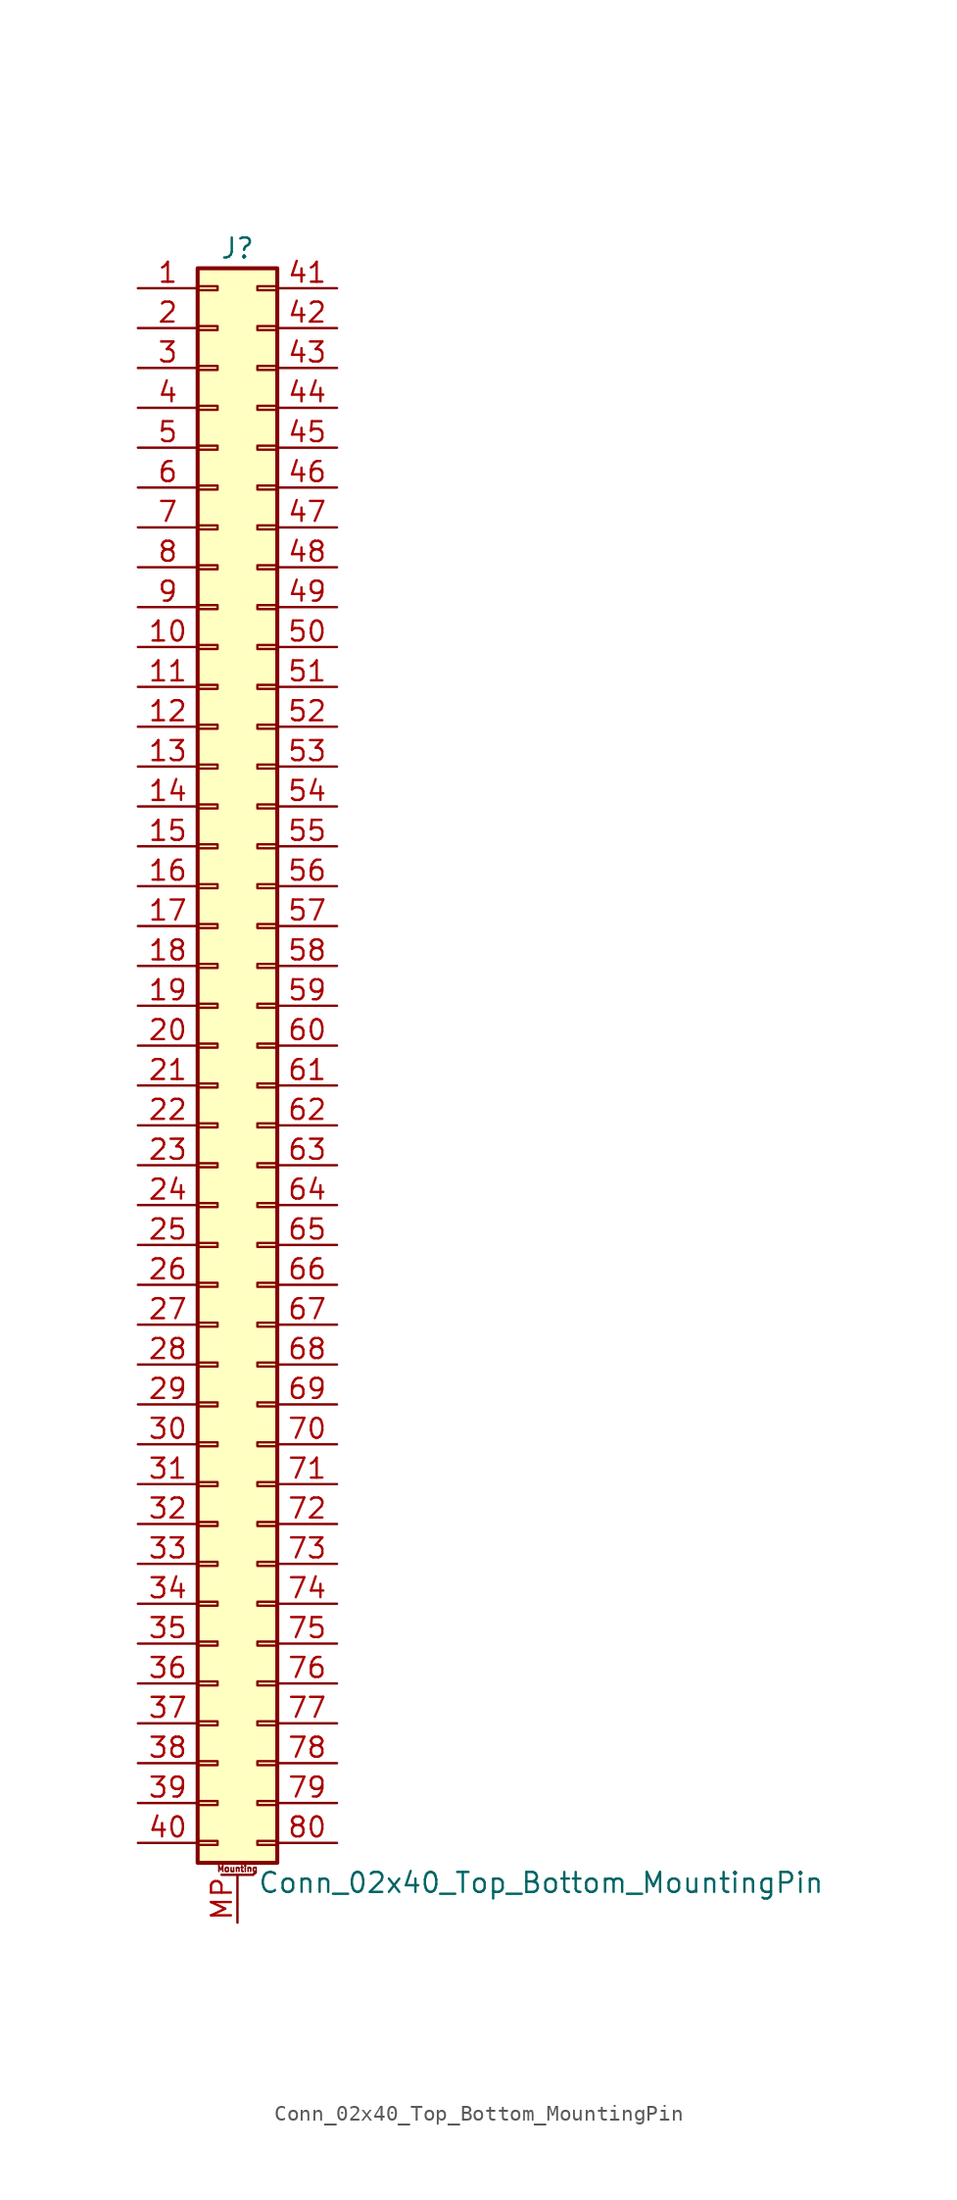
<source format=kicad_sym>
(kicad_symbol_lib
  (version 20220914)
  (generator kicad_symbol_editor)
  (symbol "Conn_02x40_Top_Bottom_MountingPin"
    (pin_names
      (offset 1.016) hide)
    (property "Reference" "J"
      (at 1.27 50.8 0)
      (effects (font (size 1.27 1.27))))
    (property "Value" "Conn_02x40_Top_Bottom_MountingPin"
      (at 2.54 -53.34 0)
      (effects (font (size 1.27 1.27)) (justify left)))
    (symbol "Conn_02x40_Top_Bottom_MountingPin_1_1"
      (rectangle (start -1.27 -50.673) (end 0 -50.927) (stroke (width 0.152) (type default)) (fill (type none)))
      (rectangle (start -1.27 -48.133) (end 0 -48.387) (stroke (width 0.152) (type default)) (fill (type none)))
      (rectangle (start -1.27 -45.593) (end 0 -45.847) (stroke (width 0.152) (type default)) (fill (type none)))
      (rectangle (start -1.27 -43.053) (end 0 -43.307) (stroke (width 0.152) (type default)) (fill (type none)))
      (rectangle (start -1.27 -40.513) (end 0 -40.767) (stroke (width 0.152) (type default)) (fill (type none)))
      (rectangle (start -1.27 -37.973) (end 0 -38.227) (stroke (width 0.152) (type default)) (fill (type none)))
      (rectangle (start -1.27 -35.433) (end 0 -35.687) (stroke (width 0.152) (type default)) (fill (type none)))
      (rectangle (start -1.27 -32.893) (end 0 -33.147) (stroke (width 0.152) (type default)) (fill (type none)))
      (rectangle (start -1.27 -30.353) (end 0 -30.607) (stroke (width 0.152) (type default)) (fill (type none)))
      (rectangle (start -1.27 -27.813) (end 0 -28.067) (stroke (width 0.152) (type default)) (fill (type none)))
      (rectangle (start -1.27 -25.273) (end 0 -25.527) (stroke (width 0.152) (type default)) (fill (type none)))
      (rectangle (start -1.27 -22.733) (end 0 -22.987) (stroke (width 0.152) (type default)) (fill (type none)))
      (rectangle (start -1.27 -20.193) (end 0 -20.447) (stroke (width 0.152) (type default)) (fill (type none)))
      (rectangle (start -1.27 -17.653) (end 0 -17.907) (stroke (width 0.152) (type default)) (fill (type none)))
      (rectangle (start -1.27 -15.113) (end 0 -15.367) (stroke (width 0.152) (type default)) (fill (type none)))
      (rectangle (start -1.27 -12.573) (end 0 -12.827) (stroke (width 0.152) (type default)) (fill (type none)))
      (rectangle (start -1.27 -10.033) (end 0 -10.287) (stroke (width 0.152) (type default)) (fill (type none)))
      (rectangle (start -1.27 -7.493) (end 0 -7.747) (stroke (width 0.152) (type default)) (fill (type none)))
      (rectangle (start -1.27 -4.953) (end 0 -5.207) (stroke (width 0.152) (type default)) (fill (type none)))
      (rectangle (start -1.27 -2.413) (end 0 -2.667) (stroke (width 0.152) (type default)) (fill (type none)))
      (rectangle (start -1.27 0.127) (end 0 -0.127) (stroke (width 0.152) (type default)) (fill (type none)))
      (rectangle (start -1.27 2.667) (end 0 2.413) (stroke (width 0.152) (type default)) (fill (type none)))
      (rectangle (start -1.27 5.207) (end 0 4.953) (stroke (width 0.152) (type default)) (fill (type none)))
      (rectangle (start -1.27 7.747) (end 0 7.493) (stroke (width 0.152) (type default)) (fill (type none)))
      (rectangle (start -1.27 10.287) (end 0 10.033) (stroke (width 0.152) (type default)) (fill (type none)))
      (rectangle (start -1.27 12.827) (end 0 12.573) (stroke (width 0.152) (type default)) (fill (type none)))
      (rectangle (start -1.27 15.367) (end 0 15.113) (stroke (width 0.152) (type default)) (fill (type none)))
      (rectangle (start -1.27 17.907) (end 0 17.653) (stroke (width 0.152) (type default)) (fill (type none)))
      (rectangle (start -1.27 20.447) (end 0 20.193) (stroke (width 0.152) (type default)) (fill (type none)))
      (rectangle (start -1.27 22.987) (end 0 22.733) (stroke (width 0.152) (type default)) (fill (type none)))
      (rectangle (start -1.27 25.527) (end 0 25.273) (stroke (width 0.152) (type default)) (fill (type none)))
      (rectangle (start -1.27 28.067) (end 0 27.813) (stroke (width 0.152) (type default)) (fill (type none)))
      (rectangle (start -1.27 30.607) (end 0 30.353) (stroke (width 0.152) (type default)) (fill (type none)))
      (rectangle (start -1.27 33.147) (end 0 32.893) (stroke (width 0.152) (type default)) (fill (type none)))
      (rectangle (start -1.27 35.687) (end 0 35.433) (stroke (width 0.152) (type default)) (fill (type none)))
      (rectangle (start -1.27 38.227) (end 0 37.973) (stroke (width 0.152) (type default)) (fill (type none)))
      (rectangle (start -1.27 40.767) (end 0 40.513) (stroke (width 0.152) (type default)) (fill (type none)))
      (rectangle (start -1.27 43.307) (end 0 43.053) (stroke (width 0.152) (type default)) (fill (type none)))
      (rectangle (start -1.27 45.847) (end 0 45.593) (stroke (width 0.152) (type default)) (fill (type none)))
      (rectangle (start -1.27 48.387) (end 0 48.133) (stroke (width 0.152) (type default)) (fill (type none)))
      (rectangle (start -1.27 49.53) (end 3.81 -52.07) (stroke (width 0.254) (type default)) (fill (type background)))
      (polyline (pts (xy 0.254 -52.832) (xy 2.286 -52.832)) (stroke (width 0.152) (type default)) (fill (type none)))
      (rectangle (start 3.81 -50.673) (end 2.54 -50.927) (stroke (width 0.152) (type default)) (fill (type none)))
      (rectangle (start 3.81 -48.133) (end 2.54 -48.387) (stroke (width 0.152) (type default)) (fill (type none)))
      (rectangle (start 3.81 -45.593) (end 2.54 -45.847) (stroke (width 0.152) (type default)) (fill (type none)))
      (rectangle (start 3.81 -43.053) (end 2.54 -43.307) (stroke (width 0.152) (type default)) (fill (type none)))
      (rectangle (start 3.81 -40.513) (end 2.54 -40.767) (stroke (width 0.152) (type default)) (fill (type none)))
      (rectangle (start 3.81 -37.973) (end 2.54 -38.227) (stroke (width 0.152) (type default)) (fill (type none)))
      (rectangle (start 3.81 -35.433) (end 2.54 -35.687) (stroke (width 0.152) (type default)) (fill (type none)))
      (rectangle (start 3.81 -32.893) (end 2.54 -33.147) (stroke (width 0.152) (type default)) (fill (type none)))
      (rectangle (start 3.81 -30.353) (end 2.54 -30.607) (stroke (width 0.152) (type default)) (fill (type none)))
      (rectangle (start 3.81 -27.813) (end 2.54 -28.067) (stroke (width 0.152) (type default)) (fill (type none)))
      (rectangle (start 3.81 -25.273) (end 2.54 -25.527) (stroke (width 0.152) (type default)) (fill (type none)))
      (rectangle (start 3.81 -22.733) (end 2.54 -22.987) (stroke (width 0.152) (type default)) (fill (type none)))
      (rectangle (start 3.81 -20.193) (end 2.54 -20.447) (stroke (width 0.152) (type default)) (fill (type none)))
      (rectangle (start 3.81 -17.653) (end 2.54 -17.907) (stroke (width 0.152) (type default)) (fill (type none)))
      (rectangle (start 3.81 -15.113) (end 2.54 -15.367) (stroke (width 0.152) (type default)) (fill (type none)))
      (rectangle (start 3.81 -12.573) (end 2.54 -12.827) (stroke (width 0.152) (type default)) (fill (type none)))
      (rectangle (start 3.81 -10.033) (end 2.54 -10.287) (stroke (width 0.152) (type default)) (fill (type none)))
      (rectangle (start 3.81 -7.493) (end 2.54 -7.747) (stroke (width 0.152) (type default)) (fill (type none)))
      (rectangle (start 3.81 -4.953) (end 2.54 -5.207) (stroke (width 0.152) (type default)) (fill (type none)))
      (rectangle (start 3.81 -2.413) (end 2.54 -2.667) (stroke (width 0.152) (type default)) (fill (type none)))
      (rectangle (start 3.81 0.127) (end 2.54 -0.127) (stroke (width 0.152) (type default)) (fill (type none)))
      (rectangle (start 3.81 2.667) (end 2.54 2.413) (stroke (width 0.152) (type default)) (fill (type none)))
      (rectangle (start 3.81 5.207) (end 2.54 4.953) (stroke (width 0.152) (type default)) (fill (type none)))
      (rectangle (start 3.81 7.747) (end 2.54 7.493) (stroke (width 0.152) (type default)) (fill (type none)))
      (rectangle (start 3.81 10.287) (end 2.54 10.033) (stroke (width 0.152) (type default)) (fill (type none)))
      (rectangle (start 3.81 12.827) (end 2.54 12.573) (stroke (width 0.152) (type default)) (fill (type none)))
      (rectangle (start 3.81 15.367) (end 2.54 15.113) (stroke (width 0.152) (type default)) (fill (type none)))
      (rectangle (start 3.81 17.907) (end 2.54 17.653) (stroke (width 0.152) (type default)) (fill (type none)))
      (rectangle (start 3.81 20.447) (end 2.54 20.193) (stroke (width 0.152) (type default)) (fill (type none)))
      (rectangle (start 3.81 22.987) (end 2.54 22.733) (stroke (width 0.152) (type default)) (fill (type none)))
      (rectangle (start 3.81 25.527) (end 2.54 25.273) (stroke (width 0.152) (type default)) (fill (type none)))
      (rectangle (start 3.81 28.067) (end 2.54 27.813) (stroke (width 0.152) (type default)) (fill (type none)))
      (rectangle (start 3.81 30.607) (end 2.54 30.353) (stroke (width 0.152) (type default)) (fill (type none)))
      (rectangle (start 3.81 33.147) (end 2.54 32.893) (stroke (width 0.152) (type default)) (fill (type none)))
      (rectangle (start 3.81 35.687) (end 2.54 35.433) (stroke (width 0.152) (type default)) (fill (type none)))
      (rectangle (start 3.81 38.227) (end 2.54 37.973) (stroke (width 0.152) (type default)) (fill (type none)))
      (rectangle (start 3.81 40.767) (end 2.54 40.513) (stroke (width 0.152) (type default)) (fill (type none)))
      (rectangle (start 3.81 43.307) (end 2.54 43.053) (stroke (width 0.152) (type default)) (fill (type none)))
      (rectangle (start 3.81 45.847) (end 2.54 45.593) (stroke (width 0.152) (type default)) (fill (type none)))
      (rectangle (start 3.81 48.387) (end 2.54 48.133) (stroke (width 0.152) (type default)) (fill (type none)))
      (text "Mounting" (at 1.27 -52.451 0) (effects (font (size 0.381 0.381))))
      (pin passive line (at -5.08 48.26 0) (length 3.81) (name "Pin_1" (effects (font (size 1.27 1.27)))) (number "1" (effects (font (size 1.27 1.27)))))
      (pin passive line (at -5.08 25.4 0) (length 3.81) (name "Pin_10" (effects (font (size 1.27 1.27)))) (number "10" (effects (font (size 1.27 1.27)))))
      (pin passive line (at -5.08 22.86 0) (length 3.81) (name "Pin_11" (effects (font (size 1.27 1.27)))) (number "11" (effects (font (size 1.27 1.27)))))
      (pin passive line (at -5.08 20.32 0) (length 3.81) (name "Pin_12" (effects (font (size 1.27 1.27)))) (number "12" (effects (font (size 1.27 1.27)))))
      (pin passive line (at -5.08 17.78 0) (length 3.81) (name "Pin_13" (effects (font (size 1.27 1.27)))) (number "13" (effects (font (size 1.27 1.27)))))
      (pin passive line (at -5.08 15.24 0) (length 3.81) (name "Pin_14" (effects (font (size 1.27 1.27)))) (number "14" (effects (font (size 1.27 1.27)))))
      (pin passive line (at -5.08 12.7 0) (length 3.81) (name "Pin_15" (effects (font (size 1.27 1.27)))) (number "15" (effects (font (size 1.27 1.27)))))
      (pin passive line (at -5.08 10.16 0) (length 3.81) (name "Pin_16" (effects (font (size 1.27 1.27)))) (number "16" (effects (font (size 1.27 1.27)))))
      (pin passive line (at -5.08 7.62 0) (length 3.81) (name "Pin_17" (effects (font (size 1.27 1.27)))) (number "17" (effects (font (size 1.27 1.27)))))
      (pin passive line (at -5.08 5.08 0) (length 3.81) (name "Pin_18" (effects (font (size 1.27 1.27)))) (number "18" (effects (font (size 1.27 1.27)))))
      (pin passive line (at -5.08 2.54 0) (length 3.81) (name "Pin_19" (effects (font (size 1.27 1.27)))) (number "19" (effects (font (size 1.27 1.27)))))
      (pin passive line (at -5.08 45.72 0) (length 3.81) (name "Pin_2" (effects (font (size 1.27 1.27)))) (number "2" (effects (font (size 1.27 1.27)))))
      (pin passive line (at -5.08 0 0) (length 3.81) (name "Pin_20" (effects (font (size 1.27 1.27)))) (number "20" (effects (font (size 1.27 1.27)))))
      (pin passive line (at -5.08 -2.54 0) (length 3.81) (name "Pin_21" (effects (font (size 1.27 1.27)))) (number "21" (effects (font (size 1.27 1.27)))))
      (pin passive line (at -5.08 -5.08 0) (length 3.81) (name "Pin_22" (effects (font (size 1.27 1.27)))) (number "22" (effects (font (size 1.27 1.27)))))
      (pin passive line (at -5.08 -7.62 0) (length 3.81) (name "Pin_23" (effects (font (size 1.27 1.27)))) (number "23" (effects (font (size 1.27 1.27)))))
      (pin passive line (at -5.08 -10.16 0) (length 3.81) (name "Pin_24" (effects (font (size 1.27 1.27)))) (number "24" (effects (font (size 1.27 1.27)))))
      (pin passive line (at -5.08 -12.7 0) (length 3.81) (name "Pin_25" (effects (font (size 1.27 1.27)))) (number "25" (effects (font (size 1.27 1.27)))))
      (pin passive line (at -5.08 -15.24 0) (length 3.81) (name "Pin_26" (effects (font (size 1.27 1.27)))) (number "26" (effects (font (size 1.27 1.27)))))
      (pin passive line (at -5.08 -17.78 0) (length 3.81) (name "Pin_27" (effects (font (size 1.27 1.27)))) (number "27" (effects (font (size 1.27 1.27)))))
      (pin passive line (at -5.08 -20.32 0) (length 3.81) (name "Pin_28" (effects (font (size 1.27 1.27)))) (number "28" (effects (font (size 1.27 1.27)))))
      (pin passive line (at -5.08 -22.86 0) (length 3.81) (name "Pin_29" (effects (font (size 1.27 1.27)))) (number "29" (effects (font (size 1.27 1.27)))))
      (pin passive line (at -5.08 43.18 0) (length 3.81) (name "Pin_3" (effects (font (size 1.27 1.27)))) (number "3" (effects (font (size 1.27 1.27)))))
      (pin passive line (at -5.08 -25.4 0) (length 3.81) (name "Pin_30" (effects (font (size 1.27 1.27)))) (number "30" (effects (font (size 1.27 1.27)))))
      (pin passive line (at -5.08 -27.94 0) (length 3.81) (name "Pin_31" (effects (font (size 1.27 1.27)))) (number "31" (effects (font (size 1.27 1.27)))))
      (pin passive line (at -5.08 -30.48 0) (length 3.81) (name "Pin_32" (effects (font (size 1.27 1.27)))) (number "32" (effects (font (size 1.27 1.27)))))
      (pin passive line (at -5.08 -33.02 0) (length 3.81) (name "Pin_33" (effects (font (size 1.27 1.27)))) (number "33" (effects (font (size 1.27 1.27)))))
      (pin passive line (at -5.08 -35.56 0) (length 3.81) (name "Pin_34" (effects (font (size 1.27 1.27)))) (number "34" (effects (font (size 1.27 1.27)))))
      (pin passive line (at -5.08 -38.1 0) (length 3.81) (name "Pin_35" (effects (font (size 1.27 1.27)))) (number "35" (effects (font (size 1.27 1.27)))))
      (pin passive line (at -5.08 -40.64 0) (length 3.81) (name "Pin_36" (effects (font (size 1.27 1.27)))) (number "36" (effects (font (size 1.27 1.27)))))
      (pin passive line (at -5.08 -43.18 0) (length 3.81) (name "Pin_37" (effects (font (size 1.27 1.27)))) (number "37" (effects (font (size 1.27 1.27)))))
      (pin passive line (at -5.08 -45.72 0) (length 3.81) (name "Pin_38" (effects (font (size 1.27 1.27)))) (number "38" (effects (font (size 1.27 1.27)))))
      (pin passive line (at -5.08 -48.26 0) (length 3.81) (name "Pin_39" (effects (font (size 1.27 1.27)))) (number "39" (effects (font (size 1.27 1.27)))))
      (pin passive line (at -5.08 40.64 0) (length 3.81) (name "Pin_4" (effects (font (size 1.27 1.27)))) (number "4" (effects (font (size 1.27 1.27)))))
      (pin passive line (at -5.08 -50.8 0) (length 3.81) (name "Pin_40" (effects (font (size 1.27 1.27)))) (number "40" (effects (font (size 1.27 1.27)))))
      (pin passive line (at 7.62 48.26 180) (length 3.81) (name "Pin_41" (effects (font (size 1.27 1.27)))) (number "41" (effects (font (size 1.27 1.27)))))
      (pin passive line (at 7.62 45.72 180) (length 3.81) (name "Pin_42" (effects (font (size 1.27 1.27)))) (number "42" (effects (font (size 1.27 1.27)))))
      (pin passive line (at 7.62 43.18 180) (length 3.81) (name "Pin_43" (effects (font (size 1.27 1.27)))) (number "43" (effects (font (size 1.27 1.27)))))
      (pin passive line (at 7.62 40.64 180) (length 3.81) (name "Pin_44" (effects (font (size 1.27 1.27)))) (number "44" (effects (font (size 1.27 1.27)))))
      (pin passive line (at 7.62 38.1 180) (length 3.81) (name "Pin_45" (effects (font (size 1.27 1.27)))) (number "45" (effects (font (size 1.27 1.27)))))
      (pin passive line (at 7.62 35.56 180) (length 3.81) (name "Pin_46" (effects (font (size 1.27 1.27)))) (number "46" (effects (font (size 1.27 1.27)))))
      (pin passive line (at 7.62 33.02 180) (length 3.81) (name "Pin_47" (effects (font (size 1.27 1.27)))) (number "47" (effects (font (size 1.27 1.27)))))
      (pin passive line (at 7.62 30.48 180) (length 3.81) (name "Pin_48" (effects (font (size 1.27 1.27)))) (number "48" (effects (font (size 1.27 1.27)))))
      (pin passive line (at 7.62 27.94 180) (length 3.81) (name "Pin_49" (effects (font (size 1.27 1.27)))) (number "49" (effects (font (size 1.27 1.27)))))
      (pin passive line (at -5.08 38.1 0) (length 3.81) (name "Pin_5" (effects (font (size 1.27 1.27)))) (number "5" (effects (font (size 1.27 1.27)))))
      (pin passive line (at 7.62 25.4 180) (length 3.81) (name "Pin_50" (effects (font (size 1.27 1.27)))) (number "50" (effects (font (size 1.27 1.27)))))
      (pin passive line (at 7.62 22.86 180) (length 3.81) (name "Pin_51" (effects (font (size 1.27 1.27)))) (number "51" (effects (font (size 1.27 1.27)))))
      (pin passive line (at 7.62 20.32 180) (length 3.81) (name "Pin_52" (effects (font (size 1.27 1.27)))) (number "52" (effects (font (size 1.27 1.27)))))
      (pin passive line (at 7.62 17.78 180) (length 3.81) (name "Pin_53" (effects (font (size 1.27 1.27)))) (number "53" (effects (font (size 1.27 1.27)))))
      (pin passive line (at 7.62 15.24 180) (length 3.81) (name "Pin_54" (effects (font (size 1.27 1.27)))) (number "54" (effects (font (size 1.27 1.27)))))
      (pin passive line (at 7.62 12.7 180) (length 3.81) (name "Pin_55" (effects (font (size 1.27 1.27)))) (number "55" (effects (font (size 1.27 1.27)))))
      (pin passive line (at 7.62 10.16 180) (length 3.81) (name "Pin_56" (effects (font (size 1.27 1.27)))) (number "56" (effects (font (size 1.27 1.27)))))
      (pin passive line (at 7.62 7.62 180) (length 3.81) (name "Pin_57" (effects (font (size 1.27 1.27)))) (number "57" (effects (font (size 1.27 1.27)))))
      (pin passive line (at 7.62 5.08 180) (length 3.81) (name "Pin_58" (effects (font (size 1.27 1.27)))) (number "58" (effects (font (size 1.27 1.27)))))
      (pin passive line (at 7.62 2.54 180) (length 3.81) (name "Pin_59" (effects (font (size 1.27 1.27)))) (number "59" (effects (font (size 1.27 1.27)))))
      (pin passive line (at -5.08 35.56 0) (length 3.81) (name "Pin_6" (effects (font (size 1.27 1.27)))) (number "6" (effects (font (size 1.27 1.27)))))
      (pin passive line (at 7.62 0 180) (length 3.81) (name "Pin_60" (effects (font (size 1.27 1.27)))) (number "60" (effects (font (size 1.27 1.27)))))
      (pin passive line (at 7.62 -2.54 180) (length 3.81) (name "Pin_61" (effects (font (size 1.27 1.27)))) (number "61" (effects (font (size 1.27 1.27)))))
      (pin passive line (at 7.62 -5.08 180) (length 3.81) (name "Pin_62" (effects (font (size 1.27 1.27)))) (number "62" (effects (font (size 1.27 1.27)))))
      (pin passive line (at 7.62 -7.62 180) (length 3.81) (name "Pin_63" (effects (font (size 1.27 1.27)))) (number "63" (effects (font (size 1.27 1.27)))))
      (pin passive line (at 7.62 -10.16 180) (length 3.81) (name "Pin_64" (effects (font (size 1.27 1.27)))) (number "64" (effects (font (size 1.27 1.27)))))
      (pin passive line (at 7.62 -12.7 180) (length 3.81) (name "Pin_65" (effects (font (size 1.27 1.27)))) (number "65" (effects (font (size 1.27 1.27)))))
      (pin passive line (at 7.62 -15.24 180) (length 3.81) (name "Pin_66" (effects (font (size 1.27 1.27)))) (number "66" (effects (font (size 1.27 1.27)))))
      (pin passive line (at 7.62 -17.78 180) (length 3.81) (name "Pin_67" (effects (font (size 1.27 1.27)))) (number "67" (effects (font (size 1.27 1.27)))))
      (pin passive line (at 7.62 -20.32 180) (length 3.81) (name "Pin_68" (effects (font (size 1.27 1.27)))) (number "68" (effects (font (size 1.27 1.27)))))
      (pin passive line (at 7.62 -22.86 180) (length 3.81) (name "Pin_69" (effects (font (size 1.27 1.27)))) (number "69" (effects (font (size 1.27 1.27)))))
      (pin passive line (at -5.08 33.02 0) (length 3.81) (name "Pin_7" (effects (font (size 1.27 1.27)))) (number "7" (effects (font (size 1.27 1.27)))))
      (pin passive line (at 7.62 -25.4 180) (length 3.81) (name "Pin_70" (effects (font (size 1.27 1.27)))) (number "70" (effects (font (size 1.27 1.27)))))
      (pin passive line (at 7.62 -27.94 180) (length 3.81) (name "Pin_71" (effects (font (size 1.27 1.27)))) (number "71" (effects (font (size 1.27 1.27)))))
      (pin passive line (at 7.62 -30.48 180) (length 3.81) (name "Pin_72" (effects (font (size 1.27 1.27)))) (number "72" (effects (font (size 1.27 1.27)))))
      (pin passive line (at 7.62 -33.02 180) (length 3.81) (name "Pin_73" (effects (font (size 1.27 1.27)))) (number "73" (effects (font (size 1.27 1.27)))))
      (pin passive line (at 7.62 -35.56 180) (length 3.81) (name "Pin_74" (effects (font (size 1.27 1.27)))) (number "74" (effects (font (size 1.27 1.27)))))
      (pin passive line (at 7.62 -38.1 180) (length 3.81) (name "Pin_75" (effects (font (size 1.27 1.27)))) (number "75" (effects (font (size 1.27 1.27)))))
      (pin passive line (at 7.62 -40.64 180) (length 3.81) (name "Pin_76" (effects (font (size 1.27 1.27)))) (number "76" (effects (font (size 1.27 1.27)))))
      (pin passive line (at 7.62 -43.18 180) (length 3.81) (name "Pin_77" (effects (font (size 1.27 1.27)))) (number "77" (effects (font (size 1.27 1.27)))))
      (pin passive line (at 7.62 -45.72 180) (length 3.81) (name "Pin_78" (effects (font (size 1.27 1.27)))) (number "78" (effects (font (size 1.27 1.27)))))
      (pin passive line (at 7.62 -48.26 180) (length 3.81) (name "Pin_79" (effects (font (size 1.27 1.27)))) (number "79" (effects (font (size 1.27 1.27)))))
      (pin passive line (at -5.08 30.48 0) (length 3.81) (name "Pin_8" (effects (font (size 1.27 1.27)))) (number "8" (effects (font (size 1.27 1.27)))))
      (pin passive line (at 7.62 -50.8 180) (length 3.81) (name "Pin_80" (effects (font (size 1.27 1.27)))) (number "80" (effects (font (size 1.27 1.27)))))
      (pin passive line (at -5.08 27.94 0) (length 3.81) (name "Pin_9" (effects (font (size 1.27 1.27)))) (number "9" (effects (font (size 1.27 1.27)))))
      (pin passive line (at 1.27 -55.88 90) (length 3.048) (name "MountPin" (effects (font (size 1.27 1.27)))) (number "MP" (effects (font (size 1.27 1.27))))))))
</source>
